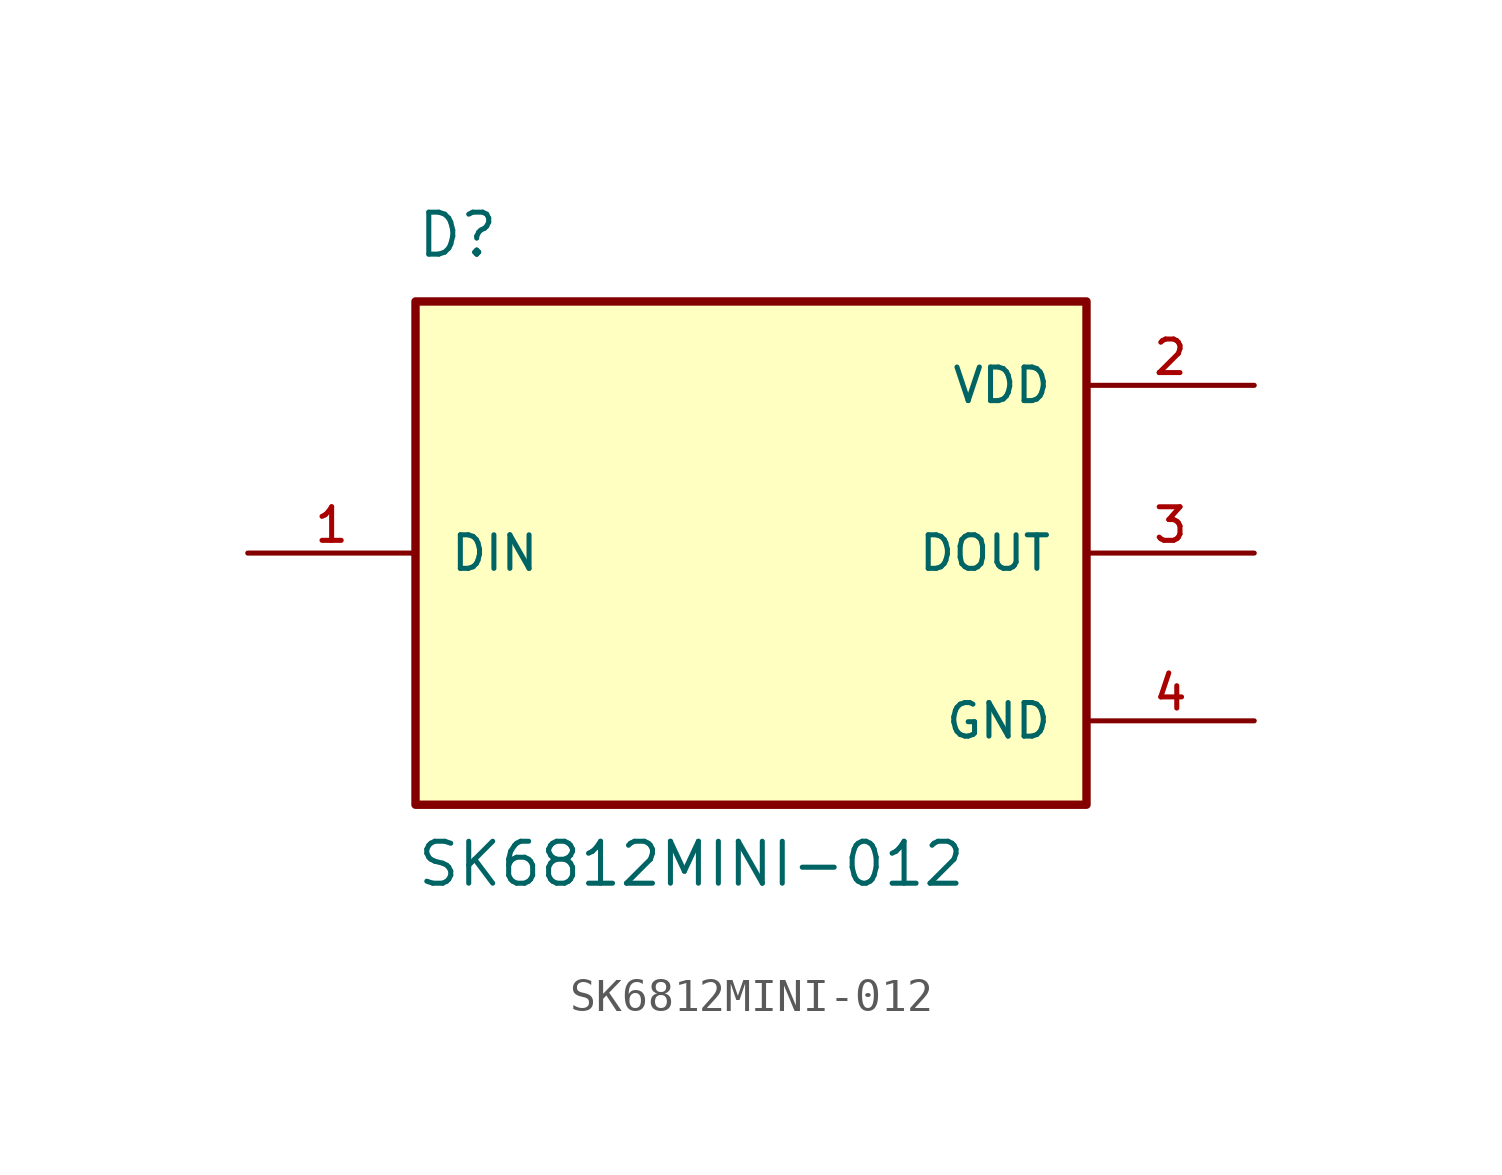
<source format=kicad_sym>
(kicad_symbol_lib
  (version 20211014)
  (generator kicad_symbol_editor)
  (symbol "SK6812MINI-012"
    (pin_names
      (offset 1.016))
    (property "Reference" "D"
      (at -10.16 8.89 0)
      (effects (font (size 1.27 1.27)) (justify bottom left)))
    (property "Value" "SK6812MINI-012"
      (at -10.16 -10.16 0)
      (effects (font (size 1.27 1.27)) (justify bottom left)))
    (symbol "SK6812MINI-012_0_0"
      (rectangle (start -10.16 -7.62) (end 10.16 7.62) (stroke (width 0.254)) (fill (type background)))
      (pin input line (at -15.24 0.0 0) (length 5.08) (name "DIN" (effects (font (size 1.016 1.016)))) (number "1" (effects (font (size 1.016 1.016)))))
      (pin power_in line (at 15.24 5.08 180.0) (length 5.08) (name "VDD" (effects (font (size 1.016 1.016)))) (number "2" (effects (font (size 1.016 1.016)))))
      (pin output line (at 15.24 0.0 180.0) (length 5.08) (name "DOUT" (effects (font (size 1.016 1.016)))) (number "3" (effects (font (size 1.016 1.016)))))
      (pin power_in line (at 15.24 -5.08 180.0) (length 5.08) (name "GND" (effects (font (size 1.016 1.016)))) (number "4" (effects (font (size 1.016 1.016))))))))
</source>
